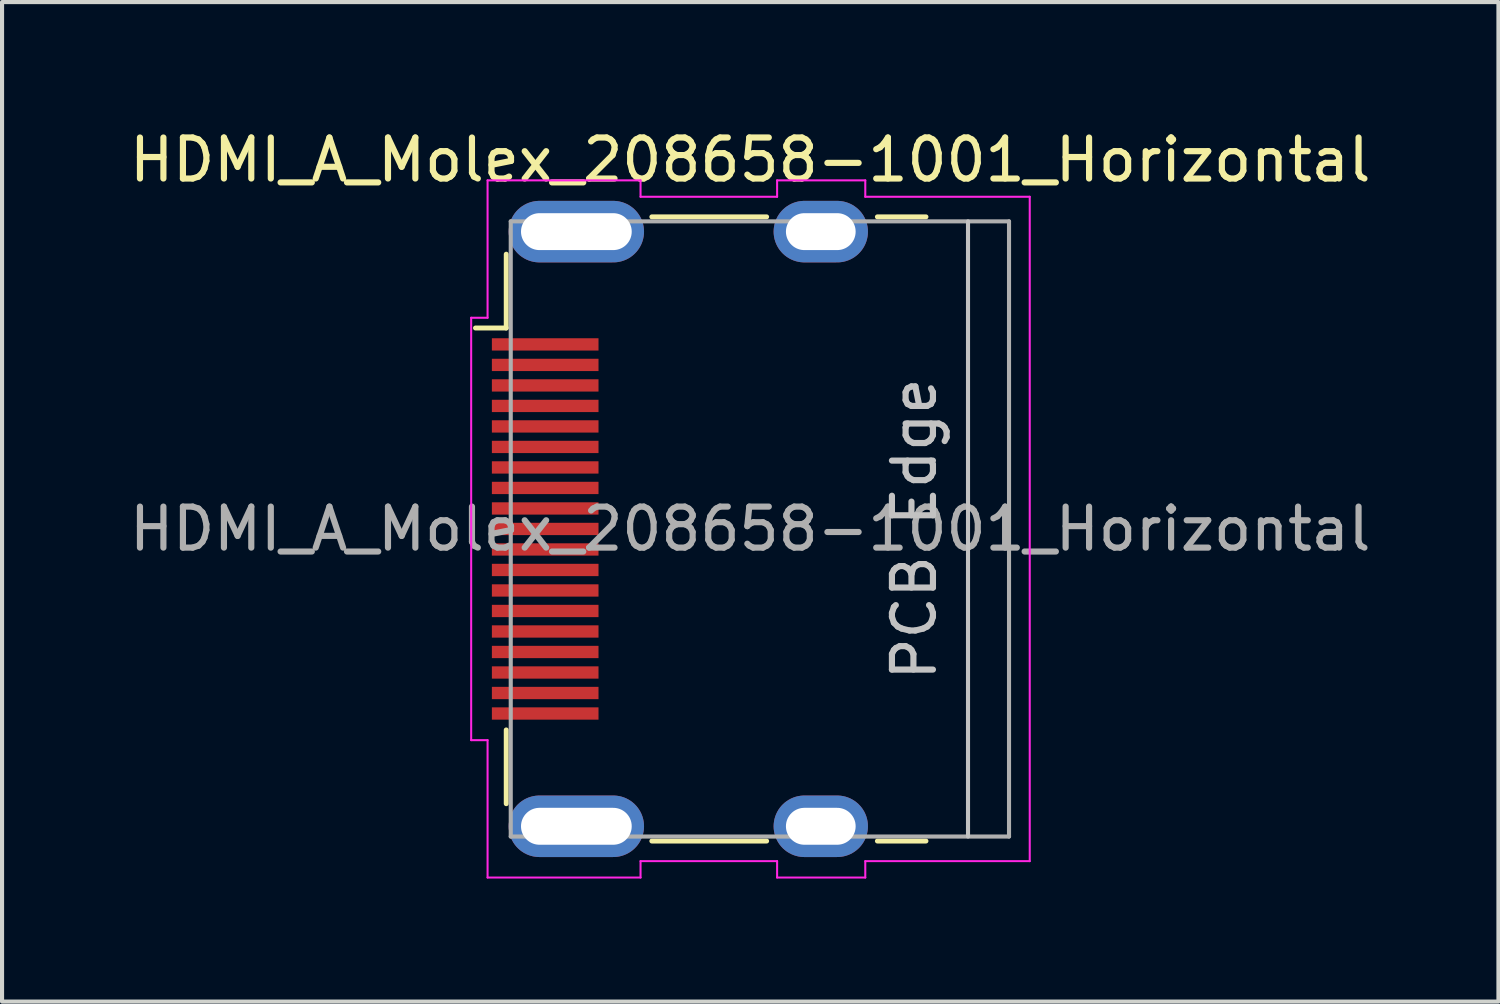
<source format=kicad_pcb>
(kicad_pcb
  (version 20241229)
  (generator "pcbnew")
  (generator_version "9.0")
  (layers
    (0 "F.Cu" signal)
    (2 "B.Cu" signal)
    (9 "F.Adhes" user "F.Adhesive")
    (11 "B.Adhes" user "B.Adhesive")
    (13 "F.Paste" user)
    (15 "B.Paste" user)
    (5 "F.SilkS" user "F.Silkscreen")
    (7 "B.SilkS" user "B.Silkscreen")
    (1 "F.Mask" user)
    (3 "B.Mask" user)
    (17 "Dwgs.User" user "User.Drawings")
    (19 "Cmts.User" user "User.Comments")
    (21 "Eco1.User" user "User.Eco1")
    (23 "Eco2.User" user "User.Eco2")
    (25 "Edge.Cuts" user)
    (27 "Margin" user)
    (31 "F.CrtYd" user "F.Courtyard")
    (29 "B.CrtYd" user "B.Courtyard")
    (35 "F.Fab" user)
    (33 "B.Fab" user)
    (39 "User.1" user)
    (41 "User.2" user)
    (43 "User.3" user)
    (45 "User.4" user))
  (footprint "HDMI_A_Molex_208658-1001_Horizontal"
    (layer "F.Cu")
    (at 13.529 9.848)
    (property "Reference" "HDMI_A_Molex_208658-1001_Horizontal" (at 1.715 -9 0) (layer "F.SilkS") (effects (font (size 1 1) (thickness 0.15))))
    (attr smd)
    (fp_line (start -4.985 -4.9) (end -4.235 -4.9) (stroke (width 0.12) (type solid)) (layer "F.SilkS"))
    (fp_line (start -4.235 -4.9) (end -4.235 -6.7) (stroke (width 0.12) (type solid)) (layer "F.SilkS"))
    (fp_line (start -4.235 6.7) (end -4.235 4.9) (stroke (width 0.12) (type solid)) (layer "F.SilkS"))
    (fp_line (start -0.685 -7.61) (end 2.115 -7.61) (stroke (width 0.12) (type solid)) (layer "F.SilkS"))
    (fp_line (start -0.685 7.61) (end 2.115 7.61) (stroke (width 0.12) (type solid)) (layer "F.SilkS"))
    (fp_line (start 4.815 -7.61) (end 6 -7.61) (stroke (width 0.12) (type solid)) (layer "F.SilkS"))
    (fp_line (start 4.815 7.61) (end 6 7.61) (stroke (width 0.12) (type solid)) (layer "F.SilkS"))
    (fp_line (start 7.025 -7.5) (end 7.025 7.5) (stroke (width 0.1) (type solid)) (layer "Dwgs.User"))
    (fp_line (start -5.09 5.15) (end -5.09 -5.15) (stroke (width 0.05) (type solid)) (layer "F.CrtYd"))
    (fp_line (start -4.69 -5.15) (end -5.09 -5.15) (stroke (width 0.05) (type solid)) (layer "F.CrtYd"))
    (fp_line (start -4.69 -5.15) (end -4.69 -8.5) (stroke (width 0.05) (type solid)) (layer "F.CrtYd"))
    (fp_line (start -4.69 5.15) (end -5.09 5.15) (stroke (width 0.05) (type solid)) (layer "F.CrtYd"))
    (fp_line (start -4.69 8.5) (end -4.69 5.15) (stroke (width 0.05) (type solid)) (layer "F.CrtYd"))
    (fp_line (start -0.96 -8.5) (end -4.69 -8.5) (stroke (width 0.05) (type solid)) (layer "F.CrtYd"))
    (fp_line (start -0.96 -8.1) (end -0.96 -8.5) (stroke (width 0.05) (type solid)) (layer "F.CrtYd"))
    (fp_line (start -0.96 8.5) (end -4.69 8.5) (stroke (width 0.05) (type solid)) (layer "F.CrtYd"))
    (fp_line (start -0.96 8.5) (end -0.96 8.1) (stroke (width 0.05) (type solid)) (layer "F.CrtYd"))
    (fp_line (start 2.37 -8.1) (end -0.96 -8.1) (stroke (width 0.05) (type solid)) (layer "F.CrtYd"))
    (fp_line (start 2.37 -8.1) (end 2.37 -8.5) (stroke (width 0.05) (type solid)) (layer "F.CrtYd"))
    (fp_line (start 2.37 8.1) (end -0.96 8.1) (stroke (width 0.05) (type solid)) (layer "F.CrtYd"))
    (fp_line (start 2.37 8.5) (end 2.37 8.1) (stroke (width 0.05) (type solid)) (layer "F.CrtYd"))
    (fp_line (start 4.52 -8.5) (end 2.37 -8.5) (stroke (width 0.05) (type solid)) (layer "F.CrtYd"))
    (fp_line (start 4.52 -8.1) (end 4.52 -8.5) (stroke (width 0.05) (type solid)) (layer "F.CrtYd"))
    (fp_line (start 4.52 8.5) (end 2.37 8.5) (stroke (width 0.05) (type solid)) (layer "F.CrtYd"))
    (fp_line (start 4.52 8.5) (end 4.52 8.1) (stroke (width 0.05) (type solid)) (layer "F.CrtYd"))
    (fp_line (start 8.53 -8.1) (end 4.52 -8.1) (stroke (width 0.05) (type solid)) (layer "F.CrtYd"))
    (fp_line (start 8.53 8.1) (end 4.52 8.1) (stroke (width 0.05) (type solid)) (layer "F.CrtYd"))
    (fp_line (start 8.53 8.1) (end 8.53 -8.1) (stroke (width 0.05) (type solid)) (layer "F.CrtYd"))
    (fp_line (start -4.125 -7.5) (end -4.125 7.5) (stroke (width 0.1) (type solid)) (layer "F.Fab"))
    (fp_line (start -4.125 -7.5) (end 8.025 -7.5) (stroke (width 0.1) (type solid)) (layer "F.Fab"))
    (fp_line (start -4.125 7.5) (end 8.025 7.5) (stroke (width 0.1) (type solid)) (layer "F.Fab"))
    (fp_line (start 8.025 -7.5) (end 8.025 7.5) (stroke (width 0.1) (type solid)) (layer "F.Fab"))
    (fp_text user "PCB Edge" (at 5.715 0 90) (layer "Dwgs.User") (effects (font (size 1 1) (thickness 0.15))))
    (fp_text user "${REFERENCE}" (at 1.715 0 0) (layer "F.Fab") (effects (font (size 1 1) (thickness 0.15))))
    (pad "1" smd rect (at -3.285 -4.5) (size 2.6 0.3) (layers "F.Cu" "F.Mask" "F.Paste"))
    (pad "2" smd rect (at -3.285 -4) (size 2.6 0.3) (layers "F.Cu" "F.Mask" "F.Paste"))
    (pad "3" smd rect (at -3.285 -3.5) (size 2.6 0.3) (layers "F.Cu" "F.Mask" "F.Paste"))
    (pad "4" smd rect (at -3.285 -3) (size 2.6 0.3) (layers "F.Cu" "F.Mask" "F.Paste"))
    (pad "5" smd rect (at -3.285 -2.5) (size 2.6 0.3) (layers "F.Cu" "F.Mask" "F.Paste"))
    (pad "6" smd rect (at -3.285 -2) (size 2.6 0.3) (layers "F.Cu" "F.Mask" "F.Paste"))
    (pad "7" smd rect (at -3.285 -1.5) (size 2.6 0.3) (layers "F.Cu" "F.Mask" "F.Paste"))
    (pad "8" smd rect (at -3.285 -1) (size 2.6 0.3) (layers "F.Cu" "F.Mask" "F.Paste"))
    (pad "9" smd rect (at -3.285 -0.5) (size 2.6 0.3) (layers "F.Cu" "F.Mask" "F.Paste"))
    (pad "10" smd rect (at -3.285 0) (size 2.6 0.3) (layers "F.Cu" "F.Mask" "F.Paste"))
    (pad "11" smd rect (at -3.285 0.5) (size 2.6 0.3) (layers "F.Cu" "F.Mask" "F.Paste"))
    (pad "12" smd rect (at -3.285 1) (size 2.6 0.3) (layers "F.Cu" "F.Mask" "F.Paste"))
    (pad "13" smd rect (at -3.285 1.5) (size 2.6 0.3) (layers "F.Cu" "F.Mask" "F.Paste"))
    (pad "14" smd rect (at -3.285 2) (size 2.6 0.3) (layers "F.Cu" "F.Mask" "F.Paste"))
    (pad "15" smd rect (at -3.285 2.5) (size 2.6 0.3) (layers "F.Cu" "F.Mask" "F.Paste"))
    (pad "16" smd rect (at -3.285 3) (size 2.6 0.3) (layers "F.Cu" "F.Mask" "F.Paste"))
    (pad "17" smd rect (at -3.285 3.5) (size 2.6 0.3) (layers "F.Cu" "F.Mask" "F.Paste"))
    (pad "18" smd rect (at -3.285 4) (size 2.6 0.3) (layers "F.Cu" "F.Mask" "F.Paste"))
    (pad "19" smd rect (at -3.285 4.5) (size 2.6 0.3) (layers "F.Cu" "F.Mask" "F.Paste"))
    (pad "SH" thru_hole oval (at -2.525 -7.25) (size 3.3 1.5) (drill oval 2.7 0.9) (layers "*.Cu" "*.Mask"))
    (pad "SH" thru_hole oval (at -2.525 7.25) (size 3.3 1.5) (drill oval 2.7 0.9) (layers "*.Cu" "*.Mask"))
    (pad "SH" thru_hole oval (at 3.435 -7.25) (size 2.3 1.5) (drill oval 1.7 0.9) (layers "*.Cu" "*.Mask"))
    (pad "SH" thru_hole oval (at 3.435 7.25) (size 2.3 1.5) (drill oval 1.7 0.9) (layers "*.Cu" "*.Mask")))
  (gr_rect
    (start -3 -3)
    (end 33.488 21.373)
    (stroke (width 0.1) (type default))
    (fill no)
    (layer "Edge.Cuts")))
</source>
